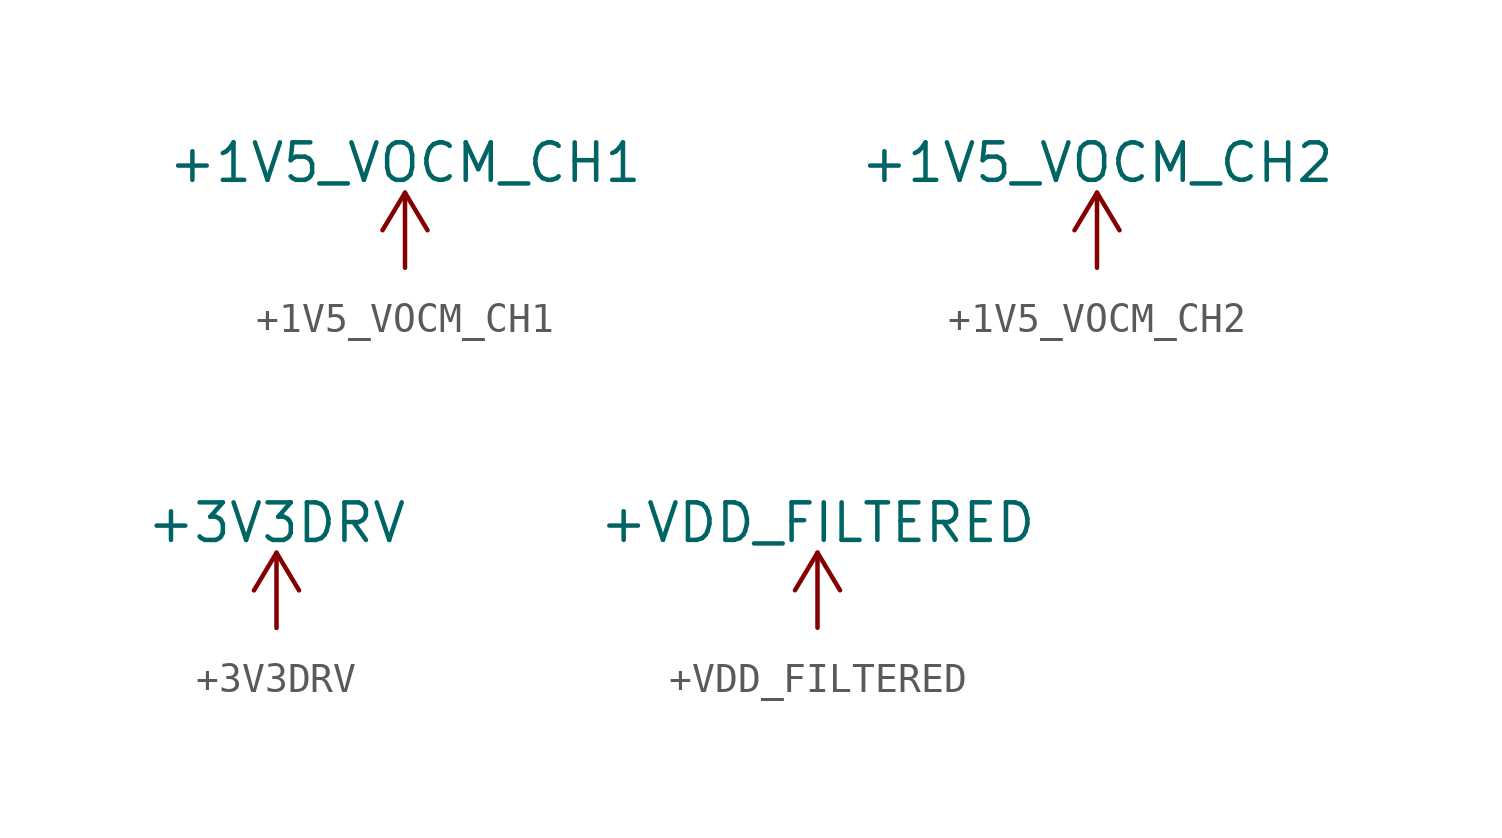
<source format=kicad_sym>
(kicad_symbol_lib
  (version 20241209)
  (generator "kicad_symbol_editor")
  (generator_version "9.0")
  (symbol "+1V5_VOCM_CH1"
    (power)
    (pin_names
      (offset 0))
    (property "Reference" "#PWR"
      (at 0 -3.81 0)
      (effects (font (size 1.27 1.27)) (hide yes)))
    (property "Value" "+1V5_VOCM_CH1"
      (at 0 3.556 0)
      (effects (font (size 1.27 1.27))))
    (symbol "+1V5_VOCM_CH1_0_1"
      (polyline (pts (xy -0.762 1.27) (xy 0 2.54)) (stroke (width 0) (type default)) (fill (type none)))
      (polyline (pts (xy 0 2.54) (xy 0.762 1.27)) (stroke (width 0) (type default)) (fill (type none)))
      (polyline (pts (xy 0 0) (xy 0 2.54)) (stroke (width 0) (type default)) (fill (type none))))
    (symbol "+1V5_VOCM_CH1_1_1"
      (pin power_in line (at 0 0 90) (length 0) (hide yes) (name "+1V5_VOCM_CH1" (effects (font (size 1.27 1.27)))) (number "1" (effects (font (size 1.27 1.27)))))))
  (symbol "+1V5_VOCM_CH2"
    (power)
    (pin_names
      (offset 0))
    (property "Reference" "#PWR"
      (at 0 -3.81 0)
      (effects (font (size 1.27 1.27)) (hide yes)))
    (property "Value" "+1V5_VOCM_CH2"
      (at 0 3.556 0)
      (effects (font (size 1.27 1.27))))
    (symbol "+1V5_VOCM_CH2_0_1"
      (polyline (pts (xy -0.762 1.27) (xy 0 2.54)) (stroke (width 0) (type default)) (fill (type none)))
      (polyline (pts (xy 0 2.54) (xy 0.762 1.27)) (stroke (width 0) (type default)) (fill (type none)))
      (polyline (pts (xy 0 0) (xy 0 2.54)) (stroke (width 0) (type default)) (fill (type none))))
    (symbol "+1V5_VOCM_CH2_1_1"
      (pin power_in line (at 0 0 90) (length 0) (hide yes) (name "+1V5_VOCM_CH2" (effects (font (size 1.27 1.27)))) (number "1" (effects (font (size 1.27 1.27)))))))
  (symbol "+3V3DRV"
    (power)
    (pin_names
      (offset 0))
    (property "Reference" "#PWR"
      (at 0 -3.81 0)
      (effects (font (size 1.27 1.27)) (hide yes)))
    (property "Value" "+3V3DRV"
      (at 0 3.556 0)
      (effects (font (size 1.27 1.27))))
    (symbol "+3V3DRV_0_1"
      (polyline (pts (xy -0.762 1.27) (xy 0 2.54)) (stroke (width 0) (type default)) (fill (type none)))
      (polyline (pts (xy 0 2.54) (xy 0.762 1.27)) (stroke (width 0) (type default)) (fill (type none)))
      (polyline (pts (xy 0 0) (xy 0 2.54)) (stroke (width 0) (type default)) (fill (type none))))
    (symbol "+3V3DRV_1_1"
      (pin power_in line (at 0 0 90) (length 0) (hide yes) (name "+3V3DRV" (effects (font (size 1.27 1.27)))) (number "1" (effects (font (size 1.27 1.27)))))))
  (symbol "+VDD_FILTERED"
    (power)
    (pin_names
      (offset 0))
    (property "Reference" "+VDD_FILTERED"
      (at 0 -3.81 0)
      (effects (font (size 1.27 1.27)) (hide yes)))
    (property "Value" "+VDD_FILTERED"
      (at 0 3.556 0)
      (effects (font (size 1.27 1.27))))
    (symbol "+VDD_FILTERED_0_1"
      (polyline (pts (xy -0.762 1.27) (xy 0 2.54)) (stroke (width 0) (type default)) (fill (type none)))
      (polyline (pts (xy 0 2.54) (xy 0.762 1.27)) (stroke (width 0) (type default)) (fill (type none)))
      (polyline (pts (xy 0 0) (xy 0 2.54)) (stroke (width 0) (type default)) (fill (type none))))
    (symbol "+VDD_FILTERED_1_1"
      (pin power_in line (at 0 0 90) (length 0) (hide yes) (name "+VDD_FILTERED" (effects (font (size 1.27 1.27)))) (number "1" (effects (font (size 1.27 1.27))))))))
</source>
